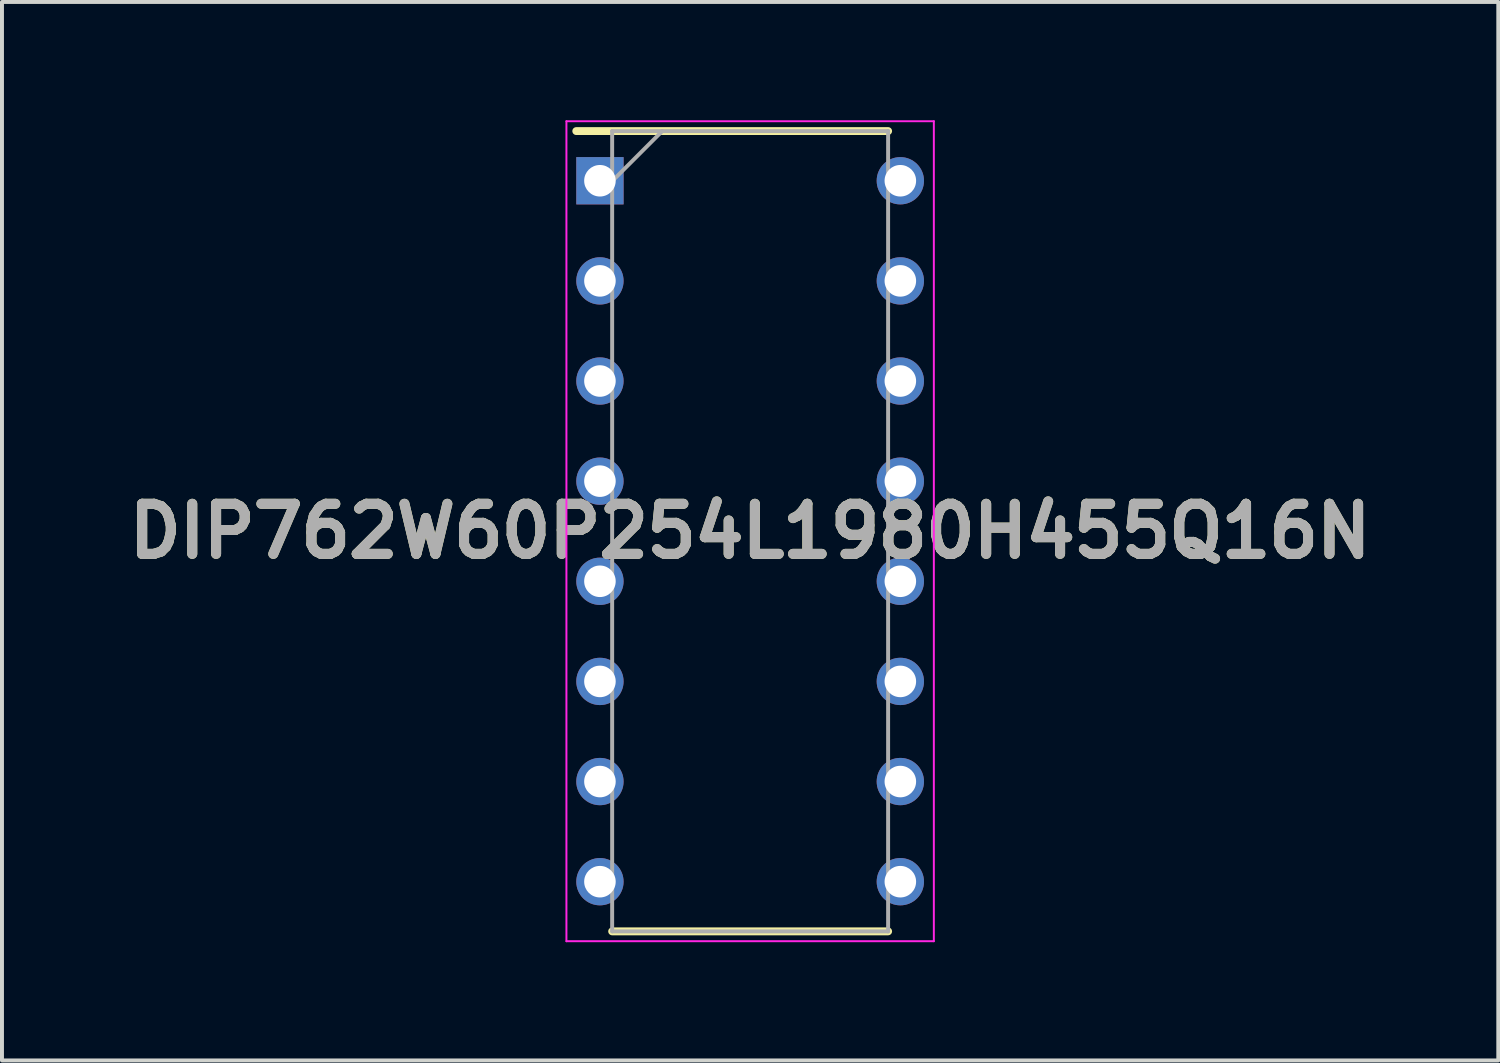
<source format=kicad_pcb>
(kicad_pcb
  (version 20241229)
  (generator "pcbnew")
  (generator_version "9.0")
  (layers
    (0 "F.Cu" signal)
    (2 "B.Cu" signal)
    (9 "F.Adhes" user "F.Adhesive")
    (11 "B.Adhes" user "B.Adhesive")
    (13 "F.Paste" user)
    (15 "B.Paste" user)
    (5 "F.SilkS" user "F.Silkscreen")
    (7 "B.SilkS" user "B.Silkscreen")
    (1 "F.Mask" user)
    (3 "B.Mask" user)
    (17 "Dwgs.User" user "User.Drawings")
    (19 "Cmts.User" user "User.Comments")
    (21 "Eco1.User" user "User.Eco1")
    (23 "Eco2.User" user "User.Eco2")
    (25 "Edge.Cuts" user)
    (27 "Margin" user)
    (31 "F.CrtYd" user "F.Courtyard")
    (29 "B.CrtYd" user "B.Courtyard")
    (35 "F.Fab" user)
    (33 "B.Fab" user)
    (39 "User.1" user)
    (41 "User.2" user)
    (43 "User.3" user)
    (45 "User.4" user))
  (footprint "DIP762W60P254L1980H455Q16N"
    (layer "F.Cu")
    (at 15.978 10.425)
    (property "Reference" "DIP762W60P254L1980H455Q16N" (at 0 0 0) (layer "F.SilkS") (effects (font (size 1.27 1.27) (thickness 0.254))))
    (attr through_hole)
    (fp_line (start -4.41 -10.15) (end 3.5 -10.15) (stroke (width 0.2) (type solid)) (layer "F.SilkS"))
    (fp_line (start -3.5 10.15) (end 3.5 10.15) (stroke (width 0.2) (type solid)) (layer "F.SilkS"))
    (fp_line (start -4.66 -10.4) (end 4.66 -10.4) (stroke (width 0.05) (type solid)) (layer "F.CrtYd"))
    (fp_line (start -4.66 10.4) (end -4.66 -10.4) (stroke (width 0.05) (type solid)) (layer "F.CrtYd"))
    (fp_line (start 4.66 -10.4) (end 4.66 10.4) (stroke (width 0.05) (type solid)) (layer "F.CrtYd"))
    (fp_line (start 4.66 10.4) (end -4.66 10.4) (stroke (width 0.05) (type solid)) (layer "F.CrtYd"))
    (fp_line (start -3.5 -10.15) (end 3.5 -10.15) (stroke (width 0.1) (type solid)) (layer "F.Fab"))
    (fp_line (start -3.5 -8.88) (end -2.23 -10.15) (stroke (width 0.1) (type solid)) (layer "F.Fab"))
    (fp_line (start -3.5 10.15) (end -3.5 -10.15) (stroke (width 0.1) (type solid)) (layer "F.Fab"))
    (fp_line (start 3.5 -10.15) (end 3.5 10.15) (stroke (width 0.1) (type solid)) (layer "F.Fab"))
    (fp_line (start 3.5 10.15) (end -3.5 10.15) (stroke (width 0.1) (type solid)) (layer "F.Fab"))
    (fp_text user "${REFERENCE}" (at 0 0 0) (layer "F.Fab") (effects (font (size 1.27 1.27) (thickness 0.254))))
    (pad "1" thru_hole rect (at -3.81 -8.89) (size 1.2 1.2) (drill 0.8) (layers "*.Cu" "*.Mask"))
    (pad "2" thru_hole circle (at -3.81 -6.35) (size 1.2 1.2) (drill 0.8) (layers "*.Cu" "*.Mask"))
    (pad "3" thru_hole circle (at -3.81 -3.81) (size 1.2 1.2) (drill 0.8) (layers "*.Cu" "*.Mask"))
    (pad "4" thru_hole circle (at -3.81 -1.27) (size 1.2 1.2) (drill 0.8) (layers "*.Cu" "*.Mask"))
    (pad "5" thru_hole circle (at -3.81 1.27) (size 1.2 1.2) (drill 0.8) (layers "*.Cu" "*.Mask"))
    (pad "6" thru_hole circle (at -3.81 3.81) (size 1.2 1.2) (drill 0.8) (layers "*.Cu" "*.Mask"))
    (pad "7" thru_hole circle (at -3.81 6.35) (size 1.2 1.2) (drill 0.8) (layers "*.Cu" "*.Mask"))
    (pad "8" thru_hole circle (at -3.81 8.89) (size 1.2 1.2) (drill 0.8) (layers "*.Cu" "*.Mask"))
    (pad "9" thru_hole circle (at 3.81 8.89) (size 1.2 1.2) (drill 0.8) (layers "*.Cu" "*.Mask"))
    (pad "10" thru_hole circle (at 3.81 6.35) (size 1.2 1.2) (drill 0.8) (layers "*.Cu" "*.Mask"))
    (pad "11" thru_hole circle (at 3.81 3.81) (size 1.2 1.2) (drill 0.8) (layers "*.Cu" "*.Mask"))
    (pad "12" thru_hole circle (at 3.81 1.27) (size 1.2 1.2) (drill 0.8) (layers "*.Cu" "*.Mask"))
    (pad "13" thru_hole circle (at 3.81 -1.27) (size 1.2 1.2) (drill 0.8) (layers "*.Cu" "*.Mask"))
    (pad "14" thru_hole circle (at 3.81 -3.81) (size 1.2 1.2) (drill 0.8) (layers "*.Cu" "*.Mask"))
    (pad "15" thru_hole circle (at 3.81 -6.35) (size 1.2 1.2) (drill 0.8) (layers "*.Cu" "*.Mask"))
    (pad "16" thru_hole circle (at 3.81 -8.89) (size 1.2 1.2) (drill 0.8) (layers "*.Cu" "*.Mask")))
  (gr_rect
    (start -3 -3)
    (end 34.956 23.85)
    (stroke (width 0.1) (type default))
    (fill no)
    (layer "Edge.Cuts")))
</source>
